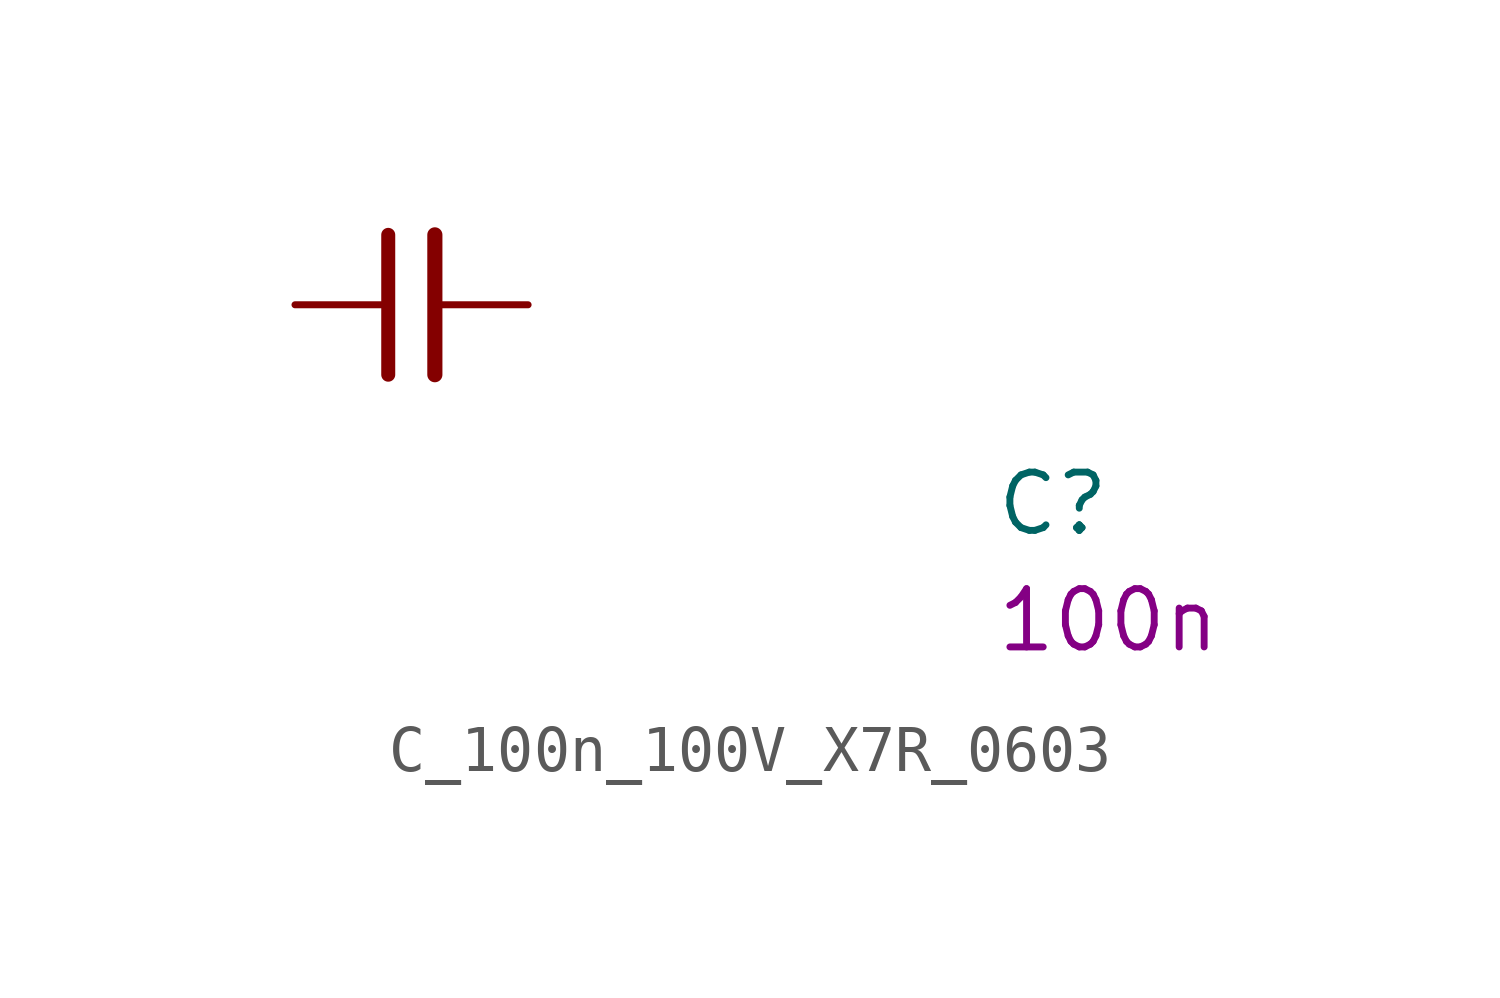
<source format=kicad_sym>
(kicad_symbol_lib
  (version 20220914)
  (generator kicad_symbol_editor)
  (symbol "C_100n_100V_X7R_0603"
    (pin_numbers hide)
    (pin_names hide)
    (property "Reference" "C"
      (at 15.24 -5.08 0)
      (effects (font (size 1.27 1.27) (thickness 0.15)) (justify left bottom)))
    (property "Val" "100n"
      (at 15.24 -7.62 0)
      (effects (font (size 1.27 1.27) (thickness 0.15)) (justify left bottom)))
    (symbol "C_100n_100V_X7R_0603_0_1"
      (polyline (pts (xy 2.032 -1.524) (xy 2.032 1.524)) (stroke (width 0.305) (type default)) (fill (type none)))
      (polyline (pts (xy 3.048 -1.524) (xy 3.048 1.524)) (stroke (width 0.33) (type default)) (fill (type none))))
    (symbol "C_100n_100V_X7R_0603_1_1"
      (pin passive line (at 0 0 0) (length 2.032) (name "~" (effects (font (size 1.27 1.27)))) (number "1" (effects (font (size 1.27 1.27)))))
      (pin passive line (at 5.08 0 180) (length 2.032) (name "~" (effects (font (size 1.27 1.27)))) (number "2" (effects (font (size 1.27 1.27))))))))
</source>
